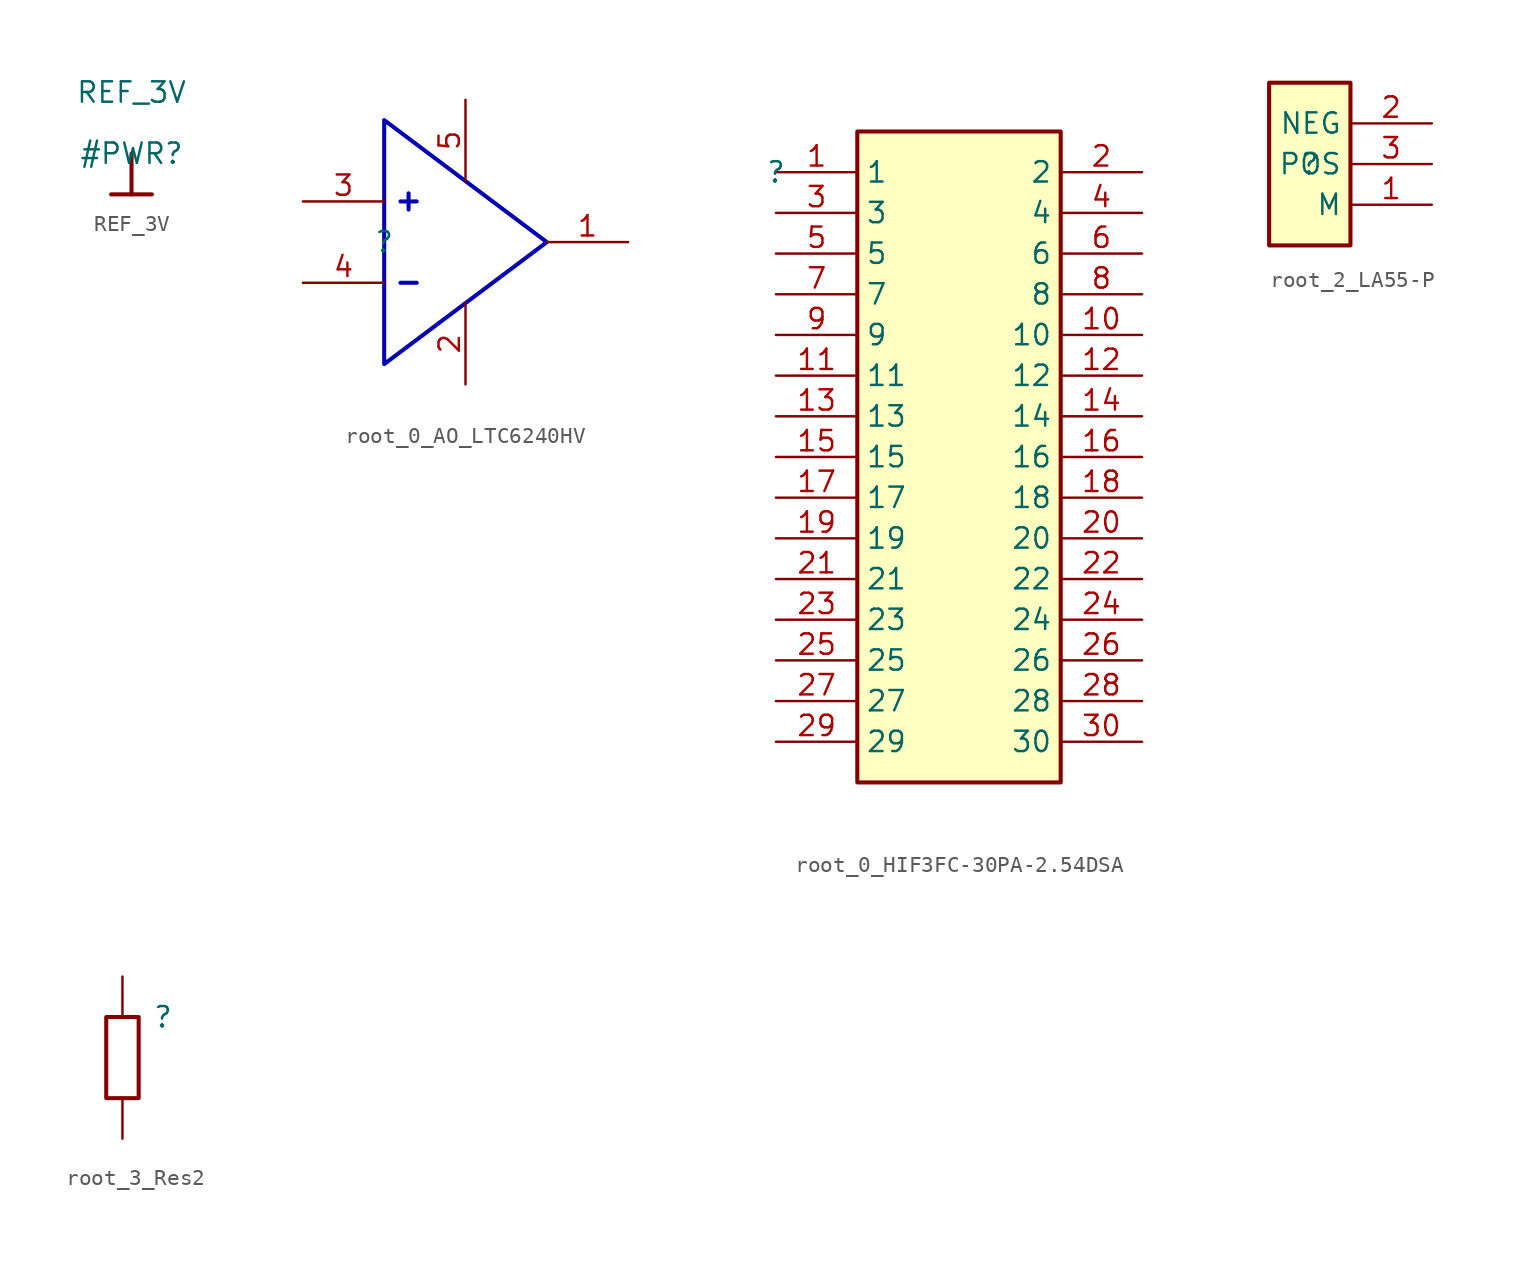
<source format=kicad_sym>
(kicad_symbol_lib
  (version 20220914)
  (generator kicad_symbol_editor)
  (symbol "REF_3V"
    (power)
    (property "Reference" "#PWR"
      (at 0 0 0)
      (effects (font (size 1.27 1.27))))
    (property "Value" "REF_3V"
      (at 0 3.81 0)
      (effects (font (size 1.27 1.27))))
    (symbol "REF_3V_0_0"
      (polyline (pts (xy -1.27 -2.54) (xy 1.27 -2.54)) (stroke (width 0.254) (type solid)) (fill (type none)))
      (polyline (pts (xy 0 0) (xy 0 -2.54)) (stroke (width 0.254) (type solid)) (fill (type none)))
      (pin power_in line (at 0 0 0) (length 0) hide (name "REF_3V" (effects (font (size 1.27 1.27)))) (number "" (effects (font (size 1.27 1.27)))))))
  (symbol "root_0_AO_LTC6240HV"
    (property "Reference" ""
      (at 0 0 0)
      (effects (font (size 1.27 1.27))))
    (property "Value" ""
      (at 0 0 0)
      (effects (font (size 1.27 1.27))))
    (symbol "root_0_AO_LTC6240HV_1_0"
      (polyline (pts (xy 1.016 -2.54) (xy 2.032 -2.54)) (stroke (width 0.254) (type solid) (color 0 0 180 1)) (fill (type none)))
      (polyline (pts (xy 1.016 2.54) (xy 2.032 2.54)) (stroke (width 0.254) (type solid) (color 0 0 180 1)) (fill (type none)))
      (polyline (pts (xy 1.524 2.032) (xy 1.524 3.048)) (stroke (width 0.254) (type solid) (color 0 0 180 1)) (fill (type none)))
      (polyline (pts (xy 0 -7.62) (xy 10.16 0) (xy 0 7.62) (xy 0 -7.62)) (stroke (width 0.254) (type solid) (color 0 0 180 1)) (fill (type none)))
      (pin passive line (at 15.24 0 180) (length 5.08) (name "out" (effects (font (size 0 0)))) (number "1" (effects (font (size 1.27 1.27)))))
      (pin passive line (at 5.08 -8.89 90) (length 5.08) (name "Vee" (effects (font (size 0 0)))) (number "2" (effects (font (size 1.27 1.27)))))
      (pin passive line (at -5.08 2.54 0) (length 5.08) (name "+IN" (effects (font (size 0 0)))) (number "3" (effects (font (size 1.27 1.27)))))
      (pin passive line (at -5.08 -2.54 0) (length 5.08) (name "-IN" (effects (font (size 0 0)))) (number "4" (effects (font (size 1.27 1.27)))))
      (pin passive line (at 5.08 8.89 270) (length 5.08) (name "Vcc" (effects (font (size 0 0)))) (number "5" (effects (font (size 1.27 1.27)))))))
  (symbol "root_0_HIF3FC-30PA-2.54DSA"
    (property "Reference" ""
      (at 0 0 0)
      (effects (font (size 1.27 1.27))))
    (property "Value" ""
      (at 0 0 0)
      (effects (font (size 1.27 1.27))))
    (symbol "root_0_HIF3FC-30PA-2.54DSA_1_0"
      (rectangle (start 17.78 2.54) (end 5.08 -38.1) (stroke (width 0.254) (type solid)) (fill (type background)))
      (pin passive line (at 0 0 0) (length 5.08) (name "1" (effects (font (size 1.27 1.27)))) (number "1" (effects (font (size 1.27 1.27)))))
      (pin passive line (at 22.86 -10.16 180) (length 5.08) (name "10" (effects (font (size 1.27 1.27)))) (number "10" (effects (font (size 1.27 1.27)))))
      (pin passive line (at 0 -12.7 0) (length 5.08) (name "11" (effects (font (size 1.27 1.27)))) (number "11" (effects (font (size 1.27 1.27)))))
      (pin passive line (at 22.86 -12.7 180) (length 5.08) (name "12" (effects (font (size 1.27 1.27)))) (number "12" (effects (font (size 1.27 1.27)))))
      (pin passive line (at 0 -15.24 0) (length 5.08) (name "13" (effects (font (size 1.27 1.27)))) (number "13" (effects (font (size 1.27 1.27)))))
      (pin passive line (at 22.86 -15.24 180) (length 5.08) (name "14" (effects (font (size 1.27 1.27)))) (number "14" (effects (font (size 1.27 1.27)))))
      (pin passive line (at 0 -17.78 0) (length 5.08) (name "15" (effects (font (size 1.27 1.27)))) (number "15" (effects (font (size 1.27 1.27)))))
      (pin passive line (at 22.86 -17.78 180) (length 5.08) (name "16" (effects (font (size 1.27 1.27)))) (number "16" (effects (font (size 1.27 1.27)))))
      (pin passive line (at 0 -20.32 0) (length 5.08) (name "17" (effects (font (size 1.27 1.27)))) (number "17" (effects (font (size 1.27 1.27)))))
      (pin passive line (at 22.86 -20.32 180) (length 5.08) (name "18" (effects (font (size 1.27 1.27)))) (number "18" (effects (font (size 1.27 1.27)))))
      (pin passive line (at 0 -22.86 0) (length 5.08) (name "19" (effects (font (size 1.27 1.27)))) (number "19" (effects (font (size 1.27 1.27)))))
      (pin passive line (at 22.86 0 180) (length 5.08) (name "2" (effects (font (size 1.27 1.27)))) (number "2" (effects (font (size 1.27 1.27)))))
      (pin passive line (at 22.86 -22.86 180) (length 5.08) (name "20" (effects (font (size 1.27 1.27)))) (number "20" (effects (font (size 1.27 1.27)))))
      (pin passive line (at 0 -25.4 0) (length 5.08) (name "21" (effects (font (size 1.27 1.27)))) (number "21" (effects (font (size 1.27 1.27)))))
      (pin passive line (at 22.86 -25.4 180) (length 5.08) (name "22" (effects (font (size 1.27 1.27)))) (number "22" (effects (font (size 1.27 1.27)))))
      (pin passive line (at 0 -27.94 0) (length 5.08) (name "23" (effects (font (size 1.27 1.27)))) (number "23" (effects (font (size 1.27 1.27)))))
      (pin passive line (at 22.86 -27.94 180) (length 5.08) (name "24" (effects (font (size 1.27 1.27)))) (number "24" (effects (font (size 1.27 1.27)))))
      (pin passive line (at 0 -30.48 0) (length 5.08) (name "25" (effects (font (size 1.27 1.27)))) (number "25" (effects (font (size 1.27 1.27)))))
      (pin passive line (at 22.86 -30.48 180) (length 5.08) (name "26" (effects (font (size 1.27 1.27)))) (number "26" (effects (font (size 1.27 1.27)))))
      (pin passive line (at 0 -33.02 0) (length 5.08) (name "27" (effects (font (size 1.27 1.27)))) (number "27" (effects (font (size 1.27 1.27)))))
      (pin passive line (at 22.86 -33.02 180) (length 5.08) (name "28" (effects (font (size 1.27 1.27)))) (number "28" (effects (font (size 1.27 1.27)))))
      (pin passive line (at 0 -35.56 0) (length 5.08) (name "29" (effects (font (size 1.27 1.27)))) (number "29" (effects (font (size 1.27 1.27)))))
      (pin passive line (at 0 -2.54 0) (length 5.08) (name "3" (effects (font (size 1.27 1.27)))) (number "3" (effects (font (size 1.27 1.27)))))
      (pin passive line (at 22.86 -35.56 180) (length 5.08) (name "30" (effects (font (size 1.27 1.27)))) (number "30" (effects (font (size 1.27 1.27)))))
      (pin passive line (at 22.86 -2.54 180) (length 5.08) (name "4" (effects (font (size 1.27 1.27)))) (number "4" (effects (font (size 1.27 1.27)))))
      (pin passive line (at 0 -5.08 0) (length 5.08) (name "5" (effects (font (size 1.27 1.27)))) (number "5" (effects (font (size 1.27 1.27)))))
      (pin passive line (at 22.86 -5.08 180) (length 5.08) (name "6" (effects (font (size 1.27 1.27)))) (number "6" (effects (font (size 1.27 1.27)))))
      (pin passive line (at 0 -7.62 0) (length 5.08) (name "7" (effects (font (size 1.27 1.27)))) (number "7" (effects (font (size 1.27 1.27)))))
      (pin passive line (at 22.86 -7.62 180) (length 5.08) (name "8" (effects (font (size 1.27 1.27)))) (number "8" (effects (font (size 1.27 1.27)))))
      (pin passive line (at 0 -10.16 0) (length 5.08) (name "9" (effects (font (size 1.27 1.27)))) (number "9" (effects (font (size 1.27 1.27)))))))
  (symbol "root_2_LA55-P"
    (property "Reference" ""
      (at 0 0 0)
      (effects (font (size 1.27 1.27))))
    (property "Value" ""
      (at 0 0 0)
      (effects (font (size 1.27 1.27))))
    (symbol "root_2_LA55-P_1_0"
      (rectangle (start 2.54 5.08) (end -2.54 -5.08) (stroke (width 0.254) (type solid)) (fill (type background)))
      (pin power_in line (at 7.62 -2.54 180) (length 5.08) (name "M" (effects (font (size 1.27 1.27)))) (number "1" (effects (font (size 1.27 1.27)))))
      (pin power_in line (at 7.62 2.54 180) (length 5.08) (name "NEG" (effects (font (size 1.27 1.27)))) (number "2" (effects (font (size 1.27 1.27)))))
      (pin power_in line (at 7.62 0 180) (length 5.08) (name "POS" (effects (font (size 1.27 1.27)))) (number "3" (effects (font (size 1.27 1.27)))))))
  (symbol "root_3_Res2"
    (property "Reference" ""
      (at 0 0 0)
      (effects (font (size 1.27 1.27))))
    (property "Value" ""
      (at 0 0 0)
      (effects (font (size 1.27 1.27))))
    (symbol "root_3_Res2_1_0"
      (rectangle (start -1.524 0) (end -3.556 -5.08) (stroke (width 0.254) (type solid)) (fill (type none)))
      (pin passive line (at -2.54 2.54 270) (length 2.54) (name "1" (effects (font (size 0 0)))) (number "1" (effects (font (size 0 0)))))
      (pin passive line (at -2.54 -7.62 90) (length 2.54) (name "2" (effects (font (size 0 0)))) (number "2" (effects (font (size 0 0))))))))
</source>
